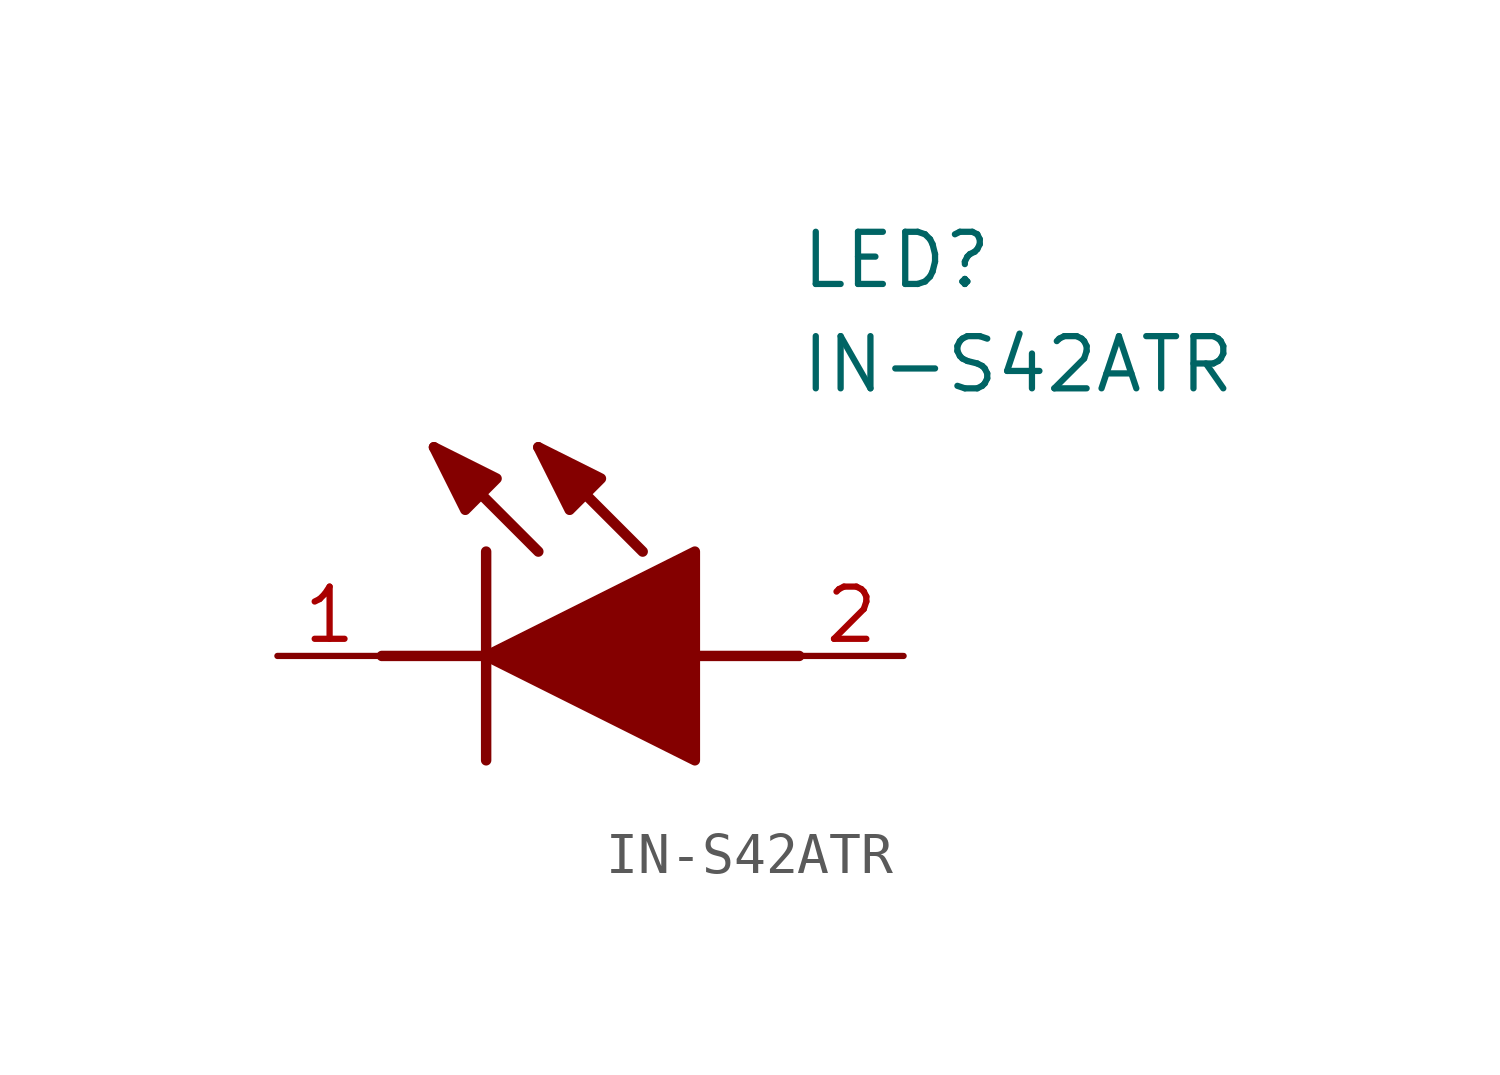
<source format=kicad_sym>
(kicad_symbol_lib
  (version 20211014)
  (generator SamacSys_ECAD_Model)
  (symbol "IN-S42ATR"
    (pin_names hide)
    (property "Reference" "LED"
      (at 12.7 8.89 0)
      (effects (font (size 1.27 1.27)) (justify left bottom)))
    (property "Value" "IN-S42ATR"
      (at 12.7 6.35 0)
      (effects (font (size 1.27 1.27)) (justify left bottom)))
    (polyline
      (pts (xy 5.08 2.54) (xy 5.08 -2.54))
      (stroke (width 0.254) (type default))
      (fill (type none)))
    (polyline
      (pts (xy 6.35 2.54) (xy 3.81 5.08))
      (stroke (width 0.254) (type default))
      (fill (type none)))
    (polyline
      (pts (xy 8.89 2.54) (xy 6.35 5.08))
      (stroke (width 0.254) (type default))
      (fill (type none)))
    (polyline
      (pts (xy 2.54 0) (xy 5.08 0))
      (stroke (width 0.254) (type default))
      (fill (type none)))
    (polyline
      (pts (xy 10.16 0) (xy 12.7 0))
      (stroke (width 0.254) (type default))
      (fill (type none)))
    (polyline
      (pts (xy 5.08 0) (xy 10.16 2.54) (xy 10.16 -2.54) (xy 5.08 0))
      (stroke (width 0.254) (type default))
      (fill (type outline)))
    (polyline
      (pts (xy 5.334 4.318) (xy 4.572 3.556) (xy 3.81 5.08) (xy 5.334 4.318))
      (stroke (width 0.254) (type default))
      (fill (type outline)))
    (polyline
      (pts (xy 7.874 4.318) (xy 7.112 3.556) (xy 6.35 5.08) (xy 7.874 4.318))
      (stroke (width 0.254) (type default))
      (fill (type outline)))
    (pin passive line
      (at 0 0 0)
      (length 2.54)
      (name "K" (effects (font (size 1.27 1.27))))
      (number "1" (effects (font (size 1.27 1.27)))))
    (pin passive line
      (at 15.24 0 180)
      (length 2.54)
      (name "A" (effects (font (size 1.27 1.27))))
      (number "2" (effects (font (size 1.27 1.27)))))))
</source>
